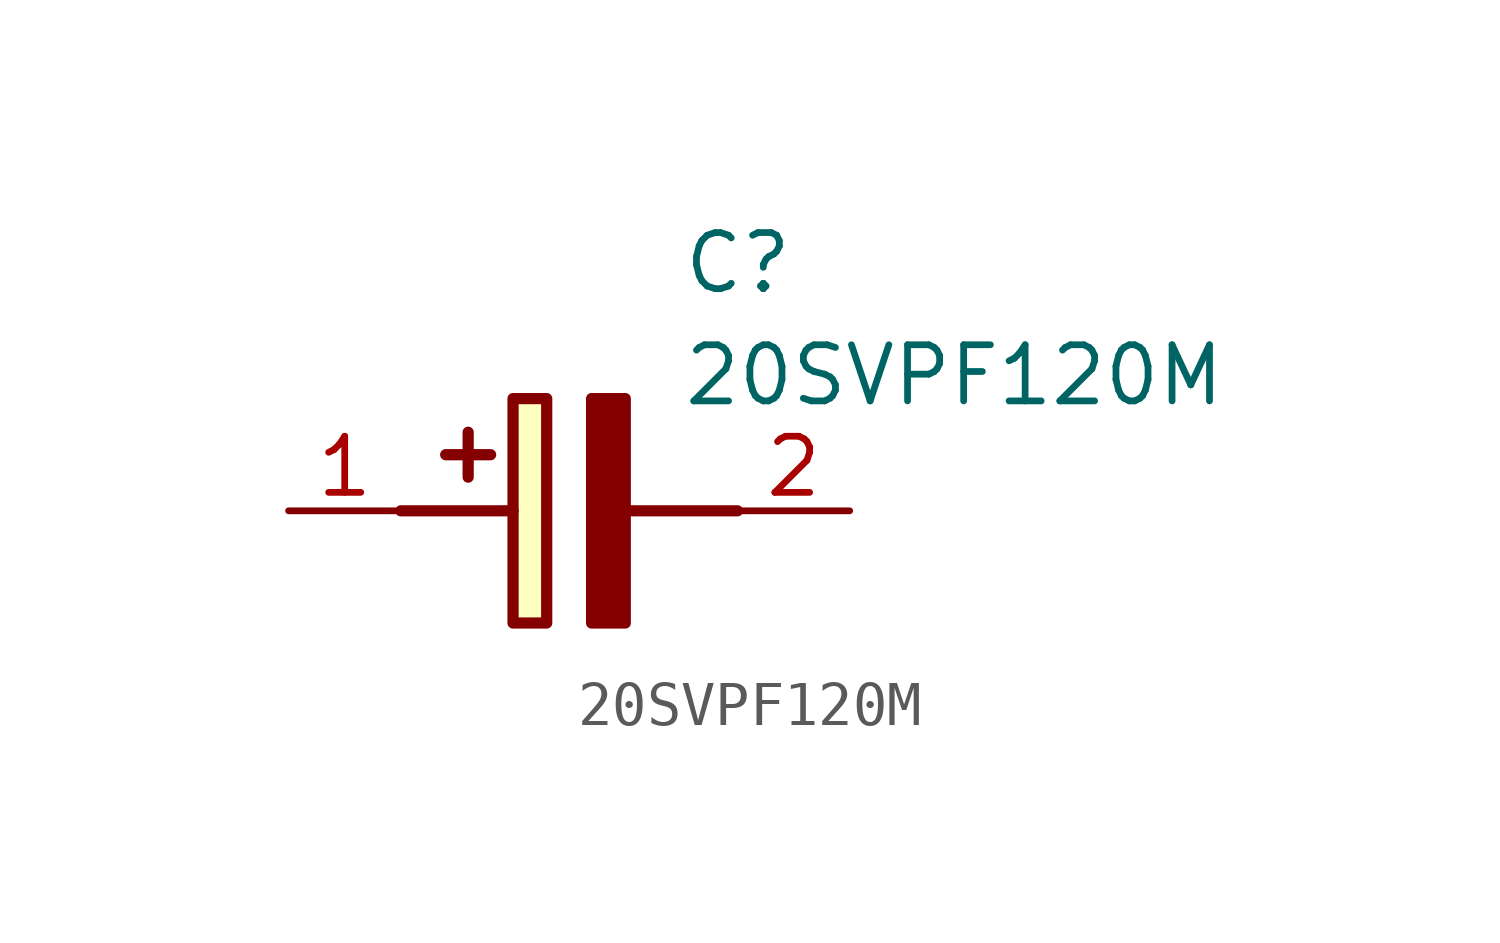
<source format=kicad_sym>
(kicad_symbol_lib
  (version 20211014)
  (generator SamacSys_ECAD_Model)
  (symbol "20SVPF120M"
    (pin_names hide)
    (property "Reference" "C"
      (at 8.89 6.35 0)
      (effects (font (size 1.27 1.27)) (justify left top)))
    (property "Value" "20SVPF120M"
      (at 8.89 3.81 0)
      (effects (font (size 1.27 1.27)) (justify left top)))
    (rectangle
      (start 5.08 2.54)
      (end 5.842 -2.54)
      (stroke (width 0.254) (type default))
      (fill (type background)))
    (polyline
      (pts (xy 4.572 1.27) (xy 3.556 1.27))
      (stroke (width 0.254) (type default))
      (fill (type none)))
    (polyline
      (pts (xy 4.064 1.778) (xy 4.064 0.762))
      (stroke (width 0.254) (type default))
      (fill (type none)))
    (polyline
      (pts (xy 2.54 0) (xy 5.08 0))
      (stroke (width 0.254) (type default))
      (fill (type none)))
    (polyline
      (pts (xy 7.62 0) (xy 10.16 0))
      (stroke (width 0.254) (type default))
      (fill (type none)))
    (polyline
      (pts (xy 7.62 2.54) (xy 7.62 -2.54) (xy 6.858 -2.54) (xy 6.858 2.54) (xy 7.62 2.54))
      (stroke (width 0.254) (type default))
      (fill (type outline)))
    (pin passive line
      (at 0 0 0)
      (length 2.54)
      (name "+" (effects (font (size 1.27 1.27))))
      (number "1" (effects (font (size 1.27 1.27)))))
    (pin passive line
      (at 12.7 0 180)
      (length 2.54)
      (name "-" (effects (font (size 1.27 1.27))))
      (number "2" (effects (font (size 1.27 1.27)))))))
</source>
